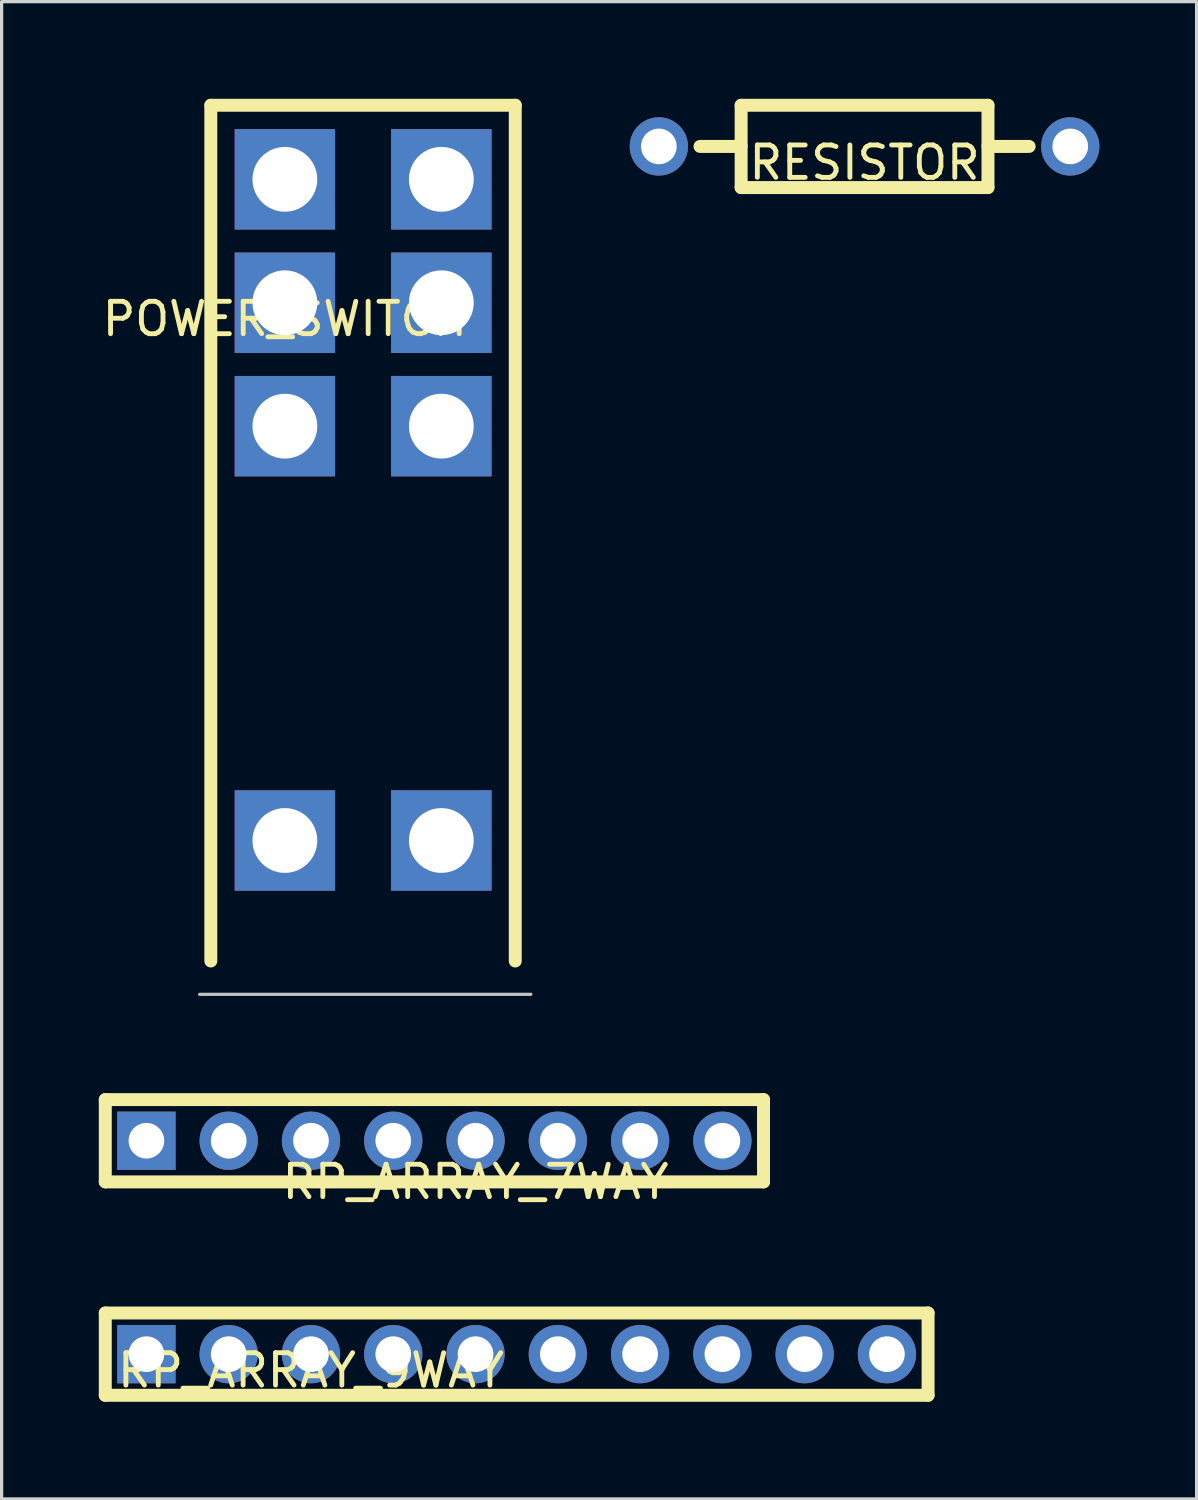
<source format=kicad_pcb>
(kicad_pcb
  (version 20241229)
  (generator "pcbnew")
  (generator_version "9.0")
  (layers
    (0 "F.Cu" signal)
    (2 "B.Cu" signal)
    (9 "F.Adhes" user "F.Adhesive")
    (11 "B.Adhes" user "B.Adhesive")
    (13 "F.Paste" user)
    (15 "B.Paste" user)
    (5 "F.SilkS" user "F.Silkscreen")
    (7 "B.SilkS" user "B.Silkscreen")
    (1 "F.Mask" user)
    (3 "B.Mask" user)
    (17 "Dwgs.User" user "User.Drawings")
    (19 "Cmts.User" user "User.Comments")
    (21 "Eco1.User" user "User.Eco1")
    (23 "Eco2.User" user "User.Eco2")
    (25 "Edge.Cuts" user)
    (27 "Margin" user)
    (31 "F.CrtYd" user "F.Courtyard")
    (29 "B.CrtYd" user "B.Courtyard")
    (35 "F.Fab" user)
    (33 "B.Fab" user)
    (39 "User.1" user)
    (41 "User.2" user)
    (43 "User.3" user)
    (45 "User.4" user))
  (footprint "POWER_SWITCH"
    (layer "F.Cu")
    (at 5.744 6.296)
    (property "Reference" "POWER_SWITCH" (at 0 0.5 0) (layer "F.SilkS") (effects (font (size 1 1) (thickness 0.15))))
    (attr through_hole)
    (fp_line (start -2.286 -6.096) (end -2.286 20.32) (stroke (width 0.4) (type solid)) (layer "F.SilkS"))
    (fp_line (start 7.112 -6.096) (end -2.286 -6.096) (stroke (width 0.4) (type solid)) (layer "F.SilkS"))
    (fp_line (start 7.112 -6.096) (end 7.112 20.32) (stroke (width 0.4) (type solid)) (layer "F.SilkS"))
    (fp_line (start 7.595 21.349) (end -2.629 21.349) (stroke (width 0.1) (type solid)) (layer "Dwgs.User"))
    (pad "1" thru_hole rect (at 0 0) (size 3.1 3.1) (drill 2) (layers "*.Cu" "*.Mask"))
    (pad "2" thru_hole rect (at 0 3.81) (size 3.1 3.1) (drill 2) (layers "*.Cu" "*.Mask"))
    (pad "3" thru_hole rect (at 0 -3.81) (size 3.1 3.1) (drill 2) (layers "*.Cu" "*.Mask"))
    (pad "4" thru_hole rect (at 4.83 0) (size 3.1 3.1) (drill 2) (layers "*.Cu" "*.Mask"))
    (pad "5" thru_hole rect (at 4.83 3.81) (size 3.1 3.1) (drill 2) (layers "*.Cu" "*.Mask"))
    (pad "6" thru_hole rect (at 4.83 -3.81) (size 3.1 3.1) (drill 2) (layers "*.Cu" "*.Mask"))
    (pad "pe" thru_hole rect (at 0 16.6) (size 3.1 3.1) (drill 2) (layers "*.Cu" "*.Mask"))
    (pad "pe" thru_hole rect (at 4.83 16.6) (size 3.1 3.1) (drill 2) (layers "*.Cu" "*.Mask")))
  (footprint "RP_ARRAY_7WAY"
    (layer "F.Cu")
    (at 1.47 32.165)
    (property "Reference" "RP_ARRAY_7WAY" (at 10.16 1.27 0) (layer "F.SilkS") (effects (font (size 1 1) (thickness 0.15))))
    (attr through_hole)
    (fp_line (start -1.27 -1.27) (end -1.27 1.27) (stroke (width 0.4) (type solid)) (layer "F.SilkS"))
    (fp_line (start -1.27 -1.27) (end 19.05 -1.27) (stroke (width 0.4) (type solid)) (layer "F.SilkS"))
    (fp_line (start -1.27 1.27) (end 19.05 1.27) (stroke (width 0.4) (type solid)) (layer "F.SilkS"))
    (fp_line (start 19.05 -1.27) (end 19.05 1.27) (stroke (width 0.4) (type solid)) (layer "F.SilkS"))
    (pad "1" thru_hole rect (at 0 0) (size 1.8 1.8) (drill 1.1) (layers "*.Cu" "*.Mask"))
    (pad "2" thru_hole circle (at 2.54 0) (size 1.8 1.8) (drill 1.1) (layers "*.Cu" "*.Mask"))
    (pad "3" thru_hole circle (at 5.08 0) (size 1.8 1.8) (drill 1.1) (layers "*.Cu" "*.Mask"))
    (pad "4" thru_hole circle (at 7.62 0) (size 1.8 1.8) (drill 1.1) (layers "*.Cu" "*.Mask"))
    (pad "5" thru_hole circle (at 10.16 0) (size 1.8 1.8) (drill 1.1) (layers "*.Cu" "*.Mask"))
    (pad "6" thru_hole circle (at 12.7 0) (size 1.8 1.8) (drill 1.1) (layers "*.Cu" "*.Mask"))
    (pad "7" thru_hole circle (at 15.24 0) (size 1.8 1.8) (drill 1.1) (layers "*.Cu" "*.Mask"))
    (pad "8" thru_hole circle (at 17.78 0) (size 1.8 1.8) (drill 1.1) (layers "*.Cu" "*.Mask")))
  (footprint "RP_ARRAY_9WAY"
    (layer "F.Cu")
    (at 1.47 38.753)
    (property "Reference" "RP_ARRAY_9WAY" (at 5.08 0.5 0) (layer "F.SilkS") (effects (font (size 1 1) (thickness 0.15))))
    (attr through_hole)
    (fp_line (start -1.27 -1.27) (end -1.27 1.27) (stroke (width 0.4) (type solid)) (layer "F.SilkS"))
    (fp_line (start -1.27 -1.27) (end 24.13 -1.27) (stroke (width 0.4) (type solid)) (layer "F.SilkS"))
    (fp_line (start -1.27 1.27) (end 24.13 1.27) (stroke (width 0.4) (type solid)) (layer "F.SilkS"))
    (fp_line (start 24.13 -1.27) (end 24.13 1.27) (stroke (width 0.4) (type solid)) (layer "F.SilkS"))
    (pad "1" thru_hole rect (at 0 0) (size 1.8 1.8) (drill 1.1) (layers "*.Cu" "*.Mask"))
    (pad "2" thru_hole circle (at 2.54 0) (size 1.8 1.8) (drill 1.1) (layers "*.Cu" "*.Mask"))
    (pad "3" thru_hole circle (at 5.08 0) (size 1.8 1.8) (drill 1.1) (layers "*.Cu" "*.Mask"))
    (pad "4" thru_hole circle (at 7.62 0) (size 1.8 1.8) (drill 1.1) (layers "*.Cu" "*.Mask"))
    (pad "5" thru_hole circle (at 10.16 0) (size 1.8 1.8) (drill 1.1) (layers "*.Cu" "*.Mask"))
    (pad "6" thru_hole circle (at 12.7 0) (size 1.8 1.8) (drill 1.1) (layers "*.Cu" "*.Mask"))
    (pad "7" thru_hole circle (at 15.24 0) (size 1.8 1.8) (drill 1.1) (layers "*.Cu" "*.Mask"))
    (pad "8" thru_hole circle (at 17.78 0) (size 1.8 1.8) (drill 1.1) (layers "*.Cu" "*.Mask"))
    (pad "9" thru_hole circle (at 20.32 0) (size 1.8 1.8) (drill 1.1) (layers "*.Cu" "*.Mask"))
    (pad "10" thru_hole circle (at 22.86 0) (size 1.8 1.8) (drill 1.1) (layers "*.Cu" "*.Mask")))
  (footprint "RESISTOR"
    (layer "F.Cu")
    (at 17.289 1.47)
    (property "Reference" "RESISTOR" (at 6.35 0.5 0) (layer "F.SilkS") (effects (font (size 1 1) (thickness 0.15))))
    (attr through_hole)
    (fp_line (start 1.27 0) (end 2.54 0) (stroke (width 0.4) (type solid)) (layer "F.SilkS"))
    (fp_line (start 2.54 -1.27) (end 10.16 -1.27) (stroke (width 0.4) (type solid)) (layer "F.SilkS"))
    (fp_line (start 2.54 1.27) (end 2.54 -1.27) (stroke (width 0.4) (type solid)) (layer "F.SilkS"))
    (fp_line (start 10.16 -1.27) (end 10.16 1.27) (stroke (width 0.4) (type solid)) (layer "F.SilkS"))
    (fp_line (start 10.16 0) (end 11.43 0) (stroke (width 0.4) (type solid)) (layer "F.SilkS"))
    (fp_line (start 10.16 1.27) (end 2.54 1.27) (stroke (width 0.4) (type solid)) (layer "F.SilkS"))
    (pad "1" thru_hole circle (at 0 0) (size 1.8 1.8) (drill 1.1) (layers "*.Cu" "*.Mask"))
    (pad "2" thru_hole circle (at 12.7 0) (size 1.8 1.8) (drill 1.1) (layers "*.Cu" "*.Mask")))
  (gr_rect
    (start -3 -3)
    (end 33.889 43.223)
    (stroke (width 0.1) (type default))
    (fill no)
    (layer "Edge.Cuts")))
</source>
